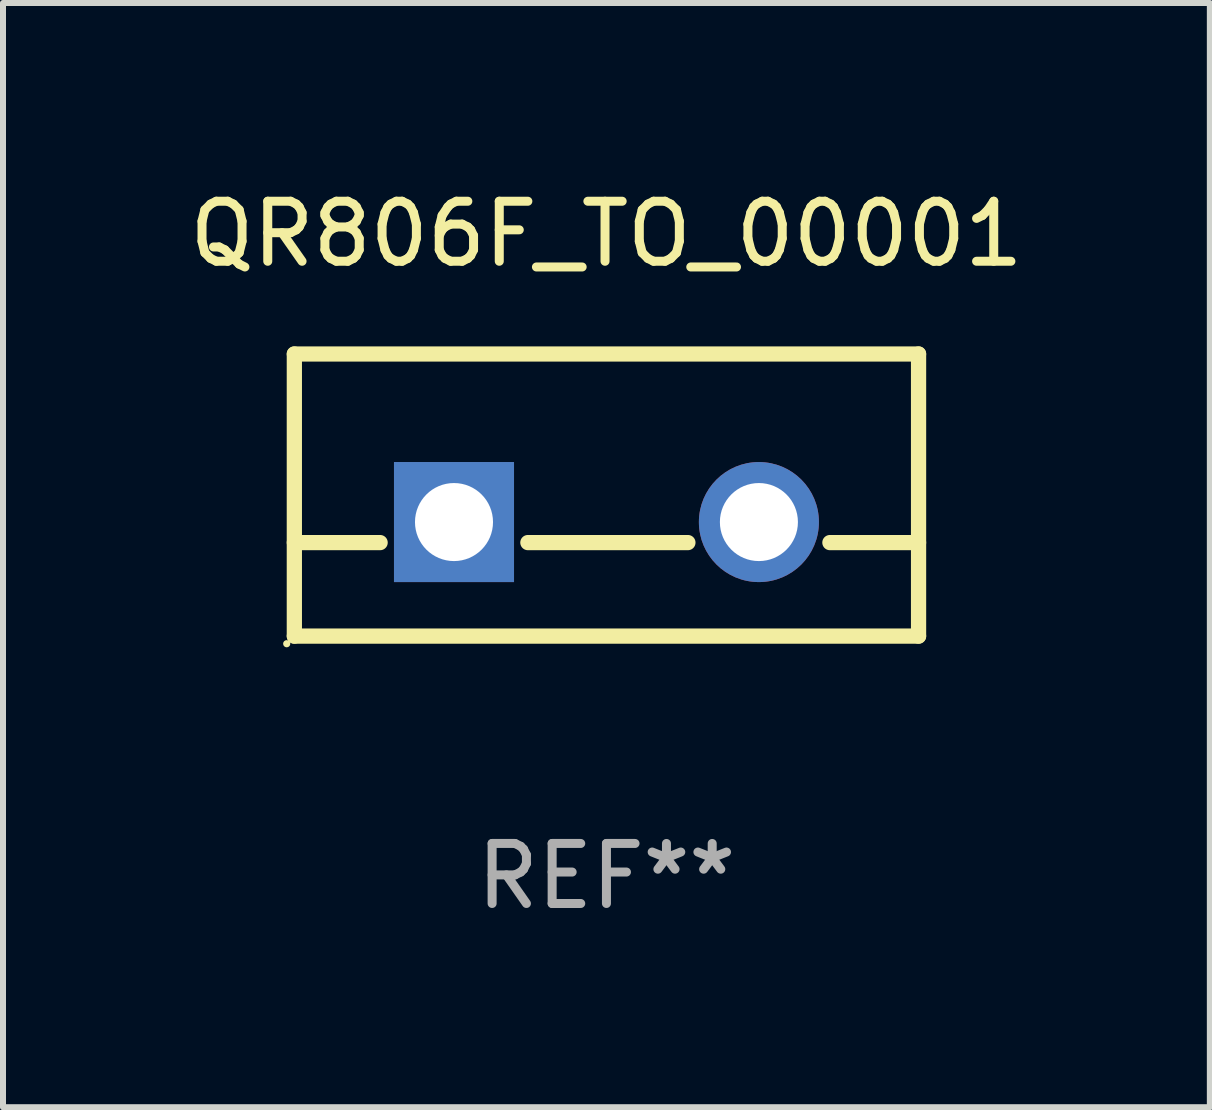
<source format=kicad_pcb>
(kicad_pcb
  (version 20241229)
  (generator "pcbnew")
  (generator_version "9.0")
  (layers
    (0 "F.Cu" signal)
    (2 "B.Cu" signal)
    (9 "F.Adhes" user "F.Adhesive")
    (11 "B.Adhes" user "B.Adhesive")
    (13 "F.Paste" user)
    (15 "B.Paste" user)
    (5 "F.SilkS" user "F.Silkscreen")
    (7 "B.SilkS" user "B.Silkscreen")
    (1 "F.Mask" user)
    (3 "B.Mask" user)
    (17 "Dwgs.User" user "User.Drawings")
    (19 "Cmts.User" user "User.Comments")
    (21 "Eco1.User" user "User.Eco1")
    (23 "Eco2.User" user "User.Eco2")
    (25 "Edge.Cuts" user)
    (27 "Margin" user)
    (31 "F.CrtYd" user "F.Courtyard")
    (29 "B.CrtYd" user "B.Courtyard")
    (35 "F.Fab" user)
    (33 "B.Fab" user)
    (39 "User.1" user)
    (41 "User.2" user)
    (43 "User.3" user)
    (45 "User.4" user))
  (footprint "QR806F_TO_00001"
    (layer "F.Cu")
    (at 7.054 5.198)
    (property "Reference" "QR806F_TO_00001" (at 0 -4.35 0) (layer "F.SilkS") (effects (font (size 1 1) (thickness 0.15))))
    (attr through_hole)
    (fp_line (start -5.2 -2.35) (end -5.2 2.35) (stroke (width 0.254) (type solid)) (layer "F.SilkS"))
    (fp_line (start -5.2 -2.35) (end 5.2 -2.35) (stroke (width 0.254) (type solid)) (layer "F.SilkS"))
    (fp_line (start -5.2 0.792) (end -3.771 0.792) (stroke (width 0.254) (type solid)) (layer "F.SilkS"))
    (fp_line (start -5.2 2.35) (end 5.2 2.35) (stroke (width 0.254) (type solid)) (layer "F.SilkS"))
    (fp_line (start -1.309 0.792) (end 1.357 0.792) (stroke (width 0.254) (type solid)) (layer "F.SilkS"))
    (fp_line (start 3.723 0.792) (end 5.2 0.792) (stroke (width 0.254) (type solid)) (layer "F.SilkS"))
    (fp_line (start 5.2 -2.35) (end 5.2 2.35) (stroke (width 0.254) (type solid)) (layer "F.SilkS"))
    (fp_circle (center -5.327 2.477) (end -5.297 2.477) (stroke (width 0.06) (type solid)) (fill no) (layer "F.SilkS"))
    (fp_text user "REF**" (at 0 6.35 0) (layer "F.Fab") (effects (font (size 1 1) (thickness 0.15))))
    (pad "1" thru_hole rect (at -2.54 0.45) (size 2 2) (drill 1.3) (layers "*.Cu" "*.Mask"))
    (pad "2" thru_hole circle (at 2.54 0.45) (size 2 2) (drill 1.3) (layers "*.Cu" "*.Mask")))
  (gr_rect
    (start -3 -3)
    (end 17.107 15.397)
    (stroke (width 0.1) (type default))
    (fill no)
    (layer "Edge.Cuts")))
</source>
